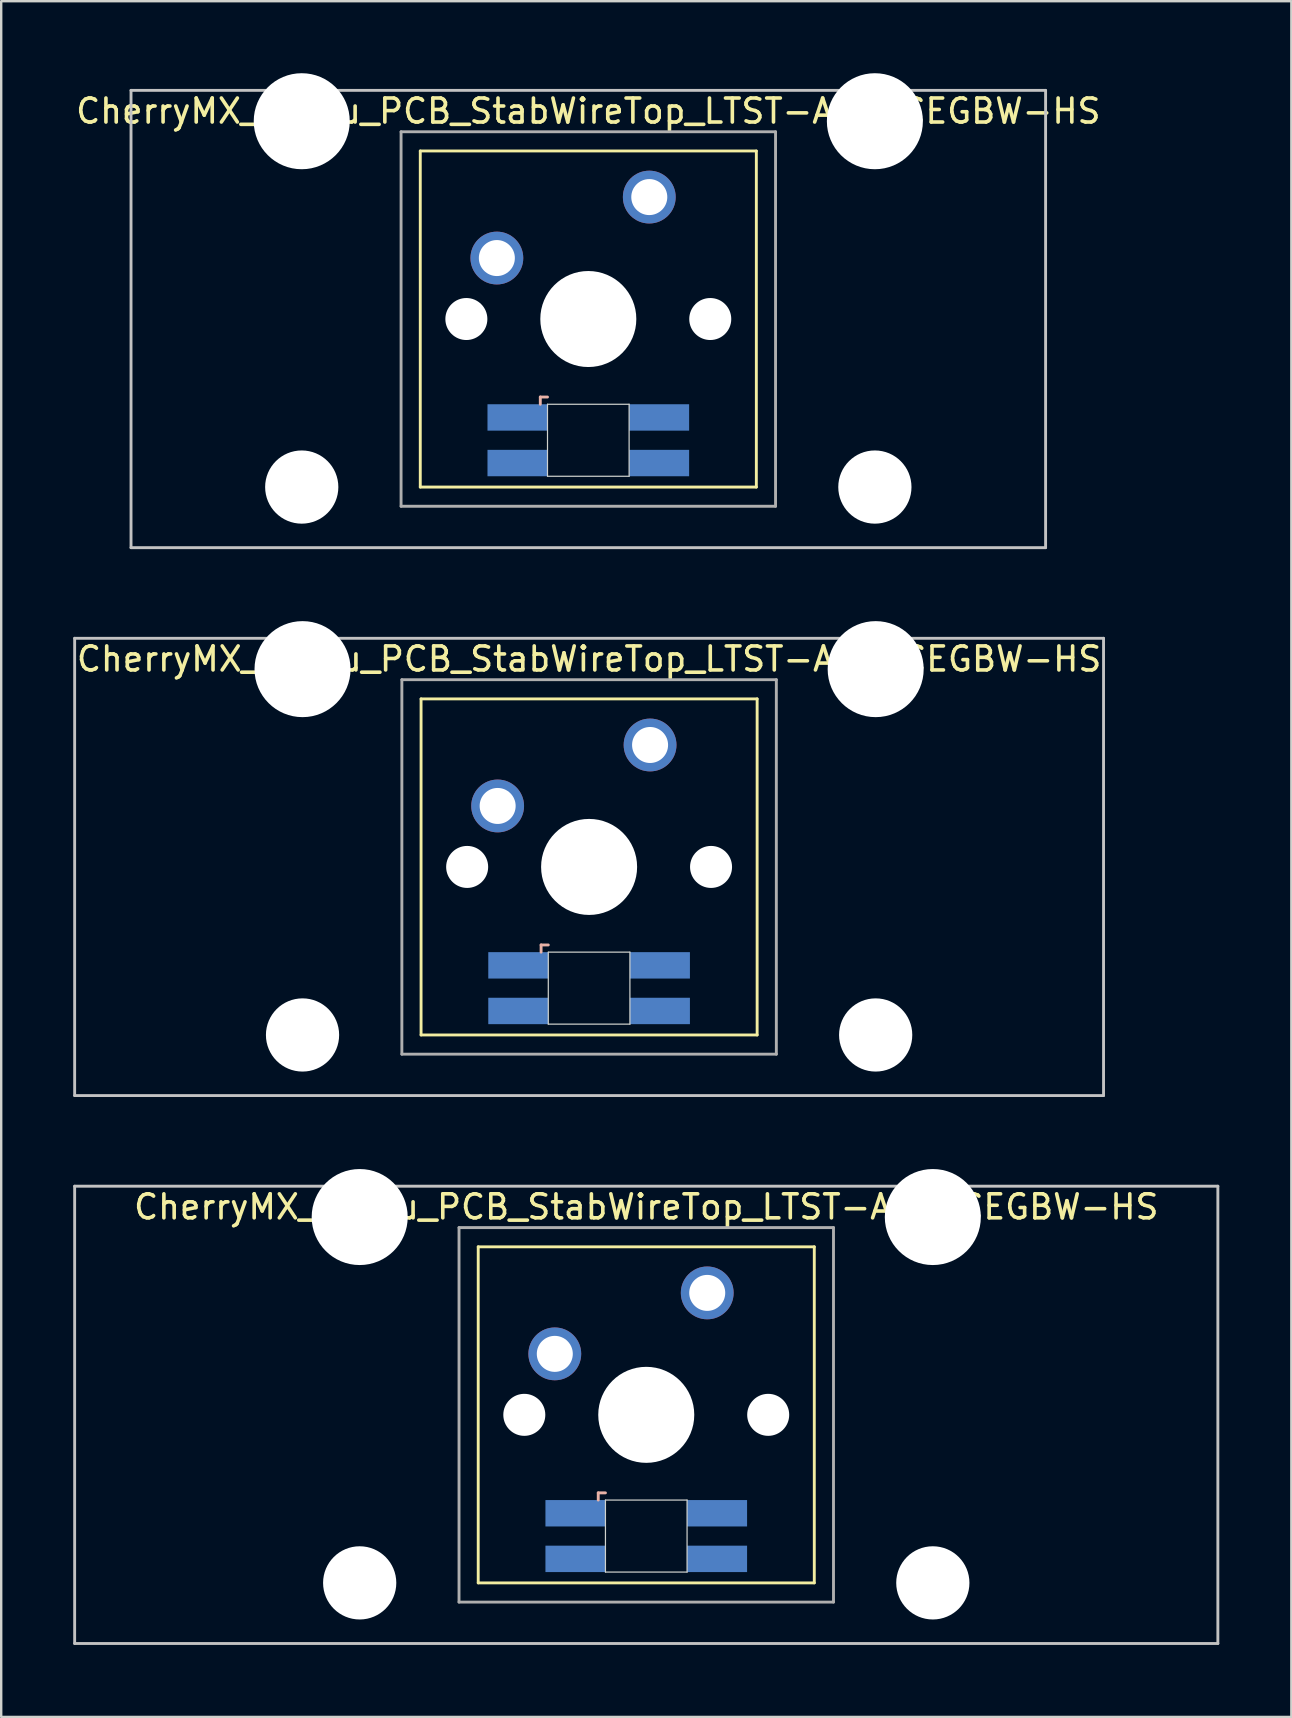
<source format=kicad_pcb>
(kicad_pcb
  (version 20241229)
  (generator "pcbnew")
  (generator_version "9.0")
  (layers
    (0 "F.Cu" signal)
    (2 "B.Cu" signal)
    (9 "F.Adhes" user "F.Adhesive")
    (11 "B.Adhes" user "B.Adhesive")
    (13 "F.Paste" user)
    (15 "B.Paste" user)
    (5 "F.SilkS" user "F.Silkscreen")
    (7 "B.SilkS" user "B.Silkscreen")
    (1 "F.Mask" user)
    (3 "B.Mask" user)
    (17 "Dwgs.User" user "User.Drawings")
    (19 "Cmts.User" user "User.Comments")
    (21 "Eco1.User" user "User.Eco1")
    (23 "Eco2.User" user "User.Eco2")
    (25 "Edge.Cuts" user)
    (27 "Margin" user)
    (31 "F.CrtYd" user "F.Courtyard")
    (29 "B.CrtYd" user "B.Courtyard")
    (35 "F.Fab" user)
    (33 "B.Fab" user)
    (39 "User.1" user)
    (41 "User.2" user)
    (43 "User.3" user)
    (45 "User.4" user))
  (footprint "CherryMX_2.00u_PCB_StabWireTop_LTST-A683CEGBW-HS"
    (layer "F.Cu")
    (at 21.458 10.24)
    (property "Reference" "CherryMX_2.00u_PCB_StabWireTop_LTST-A683CEGBW-HS" (at 0 -8.662 0) (layer "F.SilkS") (effects (font (size 1 1) (thickness 0.15))))
    (attr through_hole)
    (fp_line (start -7 -7) (end -7 7) (stroke (width 0.12) (type solid)) (layer "F.SilkS"))
    (fp_line (start -7 -7) (end 7 -7) (stroke (width 0.12) (type solid)) (layer "F.SilkS"))
    (fp_line (start 7 -7) (end 7 7) (stroke (width 0.12) (type solid)) (layer "F.SilkS"))
    (fp_line (start 7 7) (end -7 7) (stroke (width 0.12) (type solid)) (layer "F.SilkS"))
    (fp_line (start -2 3.25) (end -2 3.55) (stroke (width 0.12) (type solid)) (layer "B.SilkS"))
    (fp_line (start -1.7 3.25) (end -2 3.25) (stroke (width 0.12) (type solid)) (layer "B.SilkS"))
    (fp_line (start -19.05 -9.525) (end 19.05 -9.525) (stroke (width 0.12) (type solid)) (layer "Dwgs.User"))
    (fp_line (start -19.05 9.525) (end -19.05 -9.525) (stroke (width 0.12) (type solid)) (layer "Dwgs.User"))
    (fp_line (start 19.05 -9.525) (end 19.05 9.525) (stroke (width 0.12) (type solid)) (layer "Dwgs.User"))
    (fp_line (start 19.05 9.525) (end -19.05 9.525) (stroke (width 0.12) (type solid)) (layer "Dwgs.User"))
    (fp_line (start -1.7 3.55) (end 1.7 3.55) (stroke (width 0.05) (type solid)) (layer "Edge.Cuts"))
    (fp_line (start -1.7 6.55) (end -1.7 3.55) (stroke (width 0.05) (type solid)) (layer "Edge.Cuts"))
    (fp_line (start 1.7 3.55) (end 1.7 6.55) (stroke (width 0.05) (type solid)) (layer "Edge.Cuts"))
    (fp_line (start 1.7 6.55) (end -1.7 6.55) (stroke (width 0.05) (type solid)) (layer "Edge.Cuts"))
    (fp_line (start -7.8 -7.8) (end -7.8 7.8) (stroke (width 0.12) (type solid)) (layer "F.Fab"))
    (fp_line (start -7.8 -7.8) (end 7.8 -7.8) (stroke (width 0.12) (type solid)) (layer "F.Fab"))
    (fp_line (start -7.8 7.8) (end 7.8 7.8) (stroke (width 0.12) (type solid)) (layer "F.Fab"))
    (fp_line (start 7.8 -7.8) (end 7.8 7.8) (stroke (width 0.12) (type solid)) (layer "F.Fab"))
    (pad "" np_thru_hole circle (at -11.938 -8.24) (size 4 4) (drill 4) (layers "*.Cu" "*.Mask"))
    (pad "" np_thru_hole circle (at -11.938 7) (size 3.05 3.05) (drill 3.05) (layers "*.Cu" "*.Mask"))
    (pad "" np_thru_hole circle (at -5.08 0) (size 1.75 1.75) (drill 1.75) (layers "*.Cu" "*.Mask"))
    (pad "" np_thru_hole circle (at 0 0) (size 4 4) (drill 4) (layers "*.Cu" "*.Mask"))
    (pad "" np_thru_hole circle (at 5.08 0) (size 1.75 1.75) (drill 1.75) (layers "*.Cu" "*.Mask"))
    (pad "" np_thru_hole circle (at 11.938 -8.24) (size 4 4) (drill 4) (layers "*.Cu" "*.Mask"))
    (pad "" np_thru_hole circle (at 11.938 7) (size 3.05 3.05) (drill 3.05) (layers "*.Cu" "*.Mask"))
    (pad "1" thru_hole circle (at -3.81 -2.54) (size 2.2 2.2) (drill 1.5) (layers "*.Cu" "*.Mask"))
    (pad "2" thru_hole circle (at 2.54 -5.08) (size 2.2 2.2) (drill 1.5) (layers "*.Cu" "*.Mask"))
    (pad "3" smd rect (at -2.95 4.1) (size 2.5 1.1) (layers "B.Cu" "B.Mask" "B.Paste"))
    (pad "4" smd rect (at -2.95 6) (size 2.5 1.1) (layers "B.Cu" "B.Mask" "B.Paste"))
    (pad "5" smd rect (at 2.95 4.1) (size 2.5 1.1) (layers "B.Cu" "B.Mask" "B.Paste"))
    (pad "6" smd rect (at 2.95 6) (size 2.5 1.1) (layers "B.Cu" "B.Mask" "B.Paste")))
  (footprint "CherryMX_2.25u_PCB_StabWireTop_LTST-A683CEGBW-HS"
    (layer "F.Cu")
    (at 21.491 33.065)
    (property "Reference" "CherryMX_2.25u_PCB_StabWireTop_LTST-A683CEGBW-HS" (at 0 -8.662 0) (layer "F.SilkS") (effects (font (size 1 1) (thickness 0.15))))
    (attr through_hole)
    (fp_line (start -7 -7) (end -7 7) (stroke (width 0.12) (type solid)) (layer "F.SilkS"))
    (fp_line (start -7 -7) (end 7 -7) (stroke (width 0.12) (type solid)) (layer "F.SilkS"))
    (fp_line (start 7 -7) (end 7 7) (stroke (width 0.12) (type solid)) (layer "F.SilkS"))
    (fp_line (start 7 7) (end -7 7) (stroke (width 0.12) (type solid)) (layer "F.SilkS"))
    (fp_line (start -2 3.25) (end -2 3.55) (stroke (width 0.12) (type solid)) (layer "B.SilkS"))
    (fp_line (start -1.7 3.25) (end -2 3.25) (stroke (width 0.12) (type solid)) (layer "B.SilkS"))
    (fp_line (start -21.431 -9.525) (end 21.431 -9.525) (stroke (width 0.12) (type solid)) (layer "Dwgs.User"))
    (fp_line (start -21.431 9.525) (end -21.431 -9.525) (stroke (width 0.12) (type solid)) (layer "Dwgs.User"))
    (fp_line (start 21.431 -9.525) (end 21.431 9.525) (stroke (width 0.12) (type solid)) (layer "Dwgs.User"))
    (fp_line (start 21.431 9.525) (end -21.431 9.525) (stroke (width 0.12) (type solid)) (layer "Dwgs.User"))
    (fp_line (start -1.7 3.55) (end 1.7 3.55) (stroke (width 0.05) (type solid)) (layer "Edge.Cuts"))
    (fp_line (start -1.7 6.55) (end -1.7 3.55) (stroke (width 0.05) (type solid)) (layer "Edge.Cuts"))
    (fp_line (start 1.7 3.55) (end 1.7 6.55) (stroke (width 0.05) (type solid)) (layer "Edge.Cuts"))
    (fp_line (start 1.7 6.55) (end -1.7 6.55) (stroke (width 0.05) (type solid)) (layer "Edge.Cuts"))
    (fp_line (start -7.8 -7.8) (end -7.8 7.8) (stroke (width 0.12) (type solid)) (layer "F.Fab"))
    (fp_line (start -7.8 -7.8) (end 7.8 -7.8) (stroke (width 0.12) (type solid)) (layer "F.Fab"))
    (fp_line (start -7.8 7.8) (end 7.8 7.8) (stroke (width 0.12) (type solid)) (layer "F.Fab"))
    (fp_line (start 7.8 -7.8) (end 7.8 7.8) (stroke (width 0.12) (type solid)) (layer "F.Fab"))
    (pad "" np_thru_hole circle (at -11.938 -8.24) (size 4 4) (drill 4) (layers "*.Cu" "*.Mask"))
    (pad "" np_thru_hole circle (at -11.938 7) (size 3.05 3.05) (drill 3.05) (layers "*.Cu" "*.Mask"))
    (pad "" np_thru_hole circle (at -5.08 0) (size 1.75 1.75) (drill 1.75) (layers "*.Cu" "*.Mask"))
    (pad "" np_thru_hole circle (at 0 0) (size 4 4) (drill 4) (layers "*.Cu" "*.Mask"))
    (pad "" np_thru_hole circle (at 5.08 0) (size 1.75 1.75) (drill 1.75) (layers "*.Cu" "*.Mask"))
    (pad "" np_thru_hole circle (at 11.938 -8.24) (size 4 4) (drill 4) (layers "*.Cu" "*.Mask"))
    (pad "" np_thru_hole circle (at 11.938 7) (size 3.05 3.05) (drill 3.05) (layers "*.Cu" "*.Mask"))
    (pad "1" thru_hole circle (at -3.81 -2.54) (size 2.2 2.2) (drill 1.5) (layers "*.Cu" "*.Mask"))
    (pad "2" thru_hole circle (at 2.54 -5.08) (size 2.2 2.2) (drill 1.5) (layers "*.Cu" "*.Mask"))
    (pad "3" smd rect (at -2.95 4.1) (size 2.5 1.1) (layers "B.Cu" "B.Mask" "B.Paste"))
    (pad "4" smd rect (at -2.95 6) (size 2.5 1.1) (layers "B.Cu" "B.Mask" "B.Paste"))
    (pad "5" smd rect (at 2.95 4.1) (size 2.5 1.1) (layers "B.Cu" "B.Mask" "B.Paste"))
    (pad "6" smd rect (at 2.95 6) (size 2.5 1.1) (layers "B.Cu" "B.Mask" "B.Paste")))
  (footprint "CherryMX_2.50u_PCB_StabWireTop_LTST-A683CEGBW-HS"
    (layer "F.Cu")
    (at 23.872 55.89)
    (property "Reference" "CherryMX_2.50u_PCB_StabWireTop_LTST-A683CEGBW-HS" (at 0 -8.662 0) (layer "F.SilkS") (effects (font (size 1 1) (thickness 0.15))))
    (attr through_hole)
    (fp_line (start -7 -7) (end -7 7) (stroke (width 0.12) (type solid)) (layer "F.SilkS"))
    (fp_line (start -7 -7) (end 7 -7) (stroke (width 0.12) (type solid)) (layer "F.SilkS"))
    (fp_line (start 7 -7) (end 7 7) (stroke (width 0.12) (type solid)) (layer "F.SilkS"))
    (fp_line (start 7 7) (end -7 7) (stroke (width 0.12) (type solid)) (layer "F.SilkS"))
    (fp_line (start -2 3.25) (end -2 3.55) (stroke (width 0.12) (type solid)) (layer "B.SilkS"))
    (fp_line (start -1.7 3.25) (end -2 3.25) (stroke (width 0.12) (type solid)) (layer "B.SilkS"))
    (fp_line (start -23.812 -9.525) (end 23.812 -9.525) (stroke (width 0.12) (type solid)) (layer "Dwgs.User"))
    (fp_line (start -23.812 9.525) (end -23.812 -9.525) (stroke (width 0.12) (type solid)) (layer "Dwgs.User"))
    (fp_line (start 23.812 -9.525) (end 23.812 9.525) (stroke (width 0.12) (type solid)) (layer "Dwgs.User"))
    (fp_line (start 23.812 9.525) (end -23.812 9.525) (stroke (width 0.12) (type solid)) (layer "Dwgs.User"))
    (fp_line (start -1.7 3.55) (end 1.7 3.55) (stroke (width 0.05) (type solid)) (layer "Edge.Cuts"))
    (fp_line (start -1.7 6.55) (end -1.7 3.55) (stroke (width 0.05) (type solid)) (layer "Edge.Cuts"))
    (fp_line (start 1.7 3.55) (end 1.7 6.55) (stroke (width 0.05) (type solid)) (layer "Edge.Cuts"))
    (fp_line (start 1.7 6.55) (end -1.7 6.55) (stroke (width 0.05) (type solid)) (layer "Edge.Cuts"))
    (fp_line (start -7.8 -7.8) (end -7.8 7.8) (stroke (width 0.12) (type solid)) (layer "F.Fab"))
    (fp_line (start -7.8 -7.8) (end 7.8 -7.8) (stroke (width 0.12) (type solid)) (layer "F.Fab"))
    (fp_line (start -7.8 7.8) (end 7.8 7.8) (stroke (width 0.12) (type solid)) (layer "F.Fab"))
    (fp_line (start 7.8 -7.8) (end 7.8 7.8) (stroke (width 0.12) (type solid)) (layer "F.Fab"))
    (pad "" np_thru_hole circle (at -11.938 -8.24) (size 4 4) (drill 4) (layers "*.Cu" "*.Mask"))
    (pad "" np_thru_hole circle (at -11.938 7) (size 3.05 3.05) (drill 3.05) (layers "*.Cu" "*.Mask"))
    (pad "" np_thru_hole circle (at -5.08 0) (size 1.75 1.75) (drill 1.75) (layers "*.Cu" "*.Mask"))
    (pad "" np_thru_hole circle (at 0 0) (size 4 4) (drill 4) (layers "*.Cu" "*.Mask"))
    (pad "" np_thru_hole circle (at 5.08 0) (size 1.75 1.75) (drill 1.75) (layers "*.Cu" "*.Mask"))
    (pad "" np_thru_hole circle (at 11.938 -8.24) (size 4 4) (drill 4) (layers "*.Cu" "*.Mask"))
    (pad "" np_thru_hole circle (at 11.938 7) (size 3.05 3.05) (drill 3.05) (layers "*.Cu" "*.Mask"))
    (pad "1" thru_hole circle (at -3.81 -2.54) (size 2.2 2.2) (drill 1.5) (layers "*.Cu" "*.Mask"))
    (pad "2" thru_hole circle (at 2.54 -5.08) (size 2.2 2.2) (drill 1.5) (layers "*.Cu" "*.Mask"))
    (pad "3" smd rect (at -2.95 4.1) (size 2.5 1.1) (layers "B.Cu" "B.Mask" "B.Paste"))
    (pad "4" smd rect (at -2.95 6) (size 2.5 1.1) (layers "B.Cu" "B.Mask" "B.Paste"))
    (pad "5" smd rect (at 2.95 4.1) (size 2.5 1.1) (layers "B.Cu" "B.Mask" "B.Paste"))
    (pad "6" smd rect (at 2.95 6) (size 2.5 1.1) (layers "B.Cu" "B.Mask" "B.Paste")))
  (gr_rect
    (start -3 -3)
    (end 50.745 68.475)
    (stroke (width 0.1) (type default))
    (fill no)
    (layer "Edge.Cuts")))
</source>
